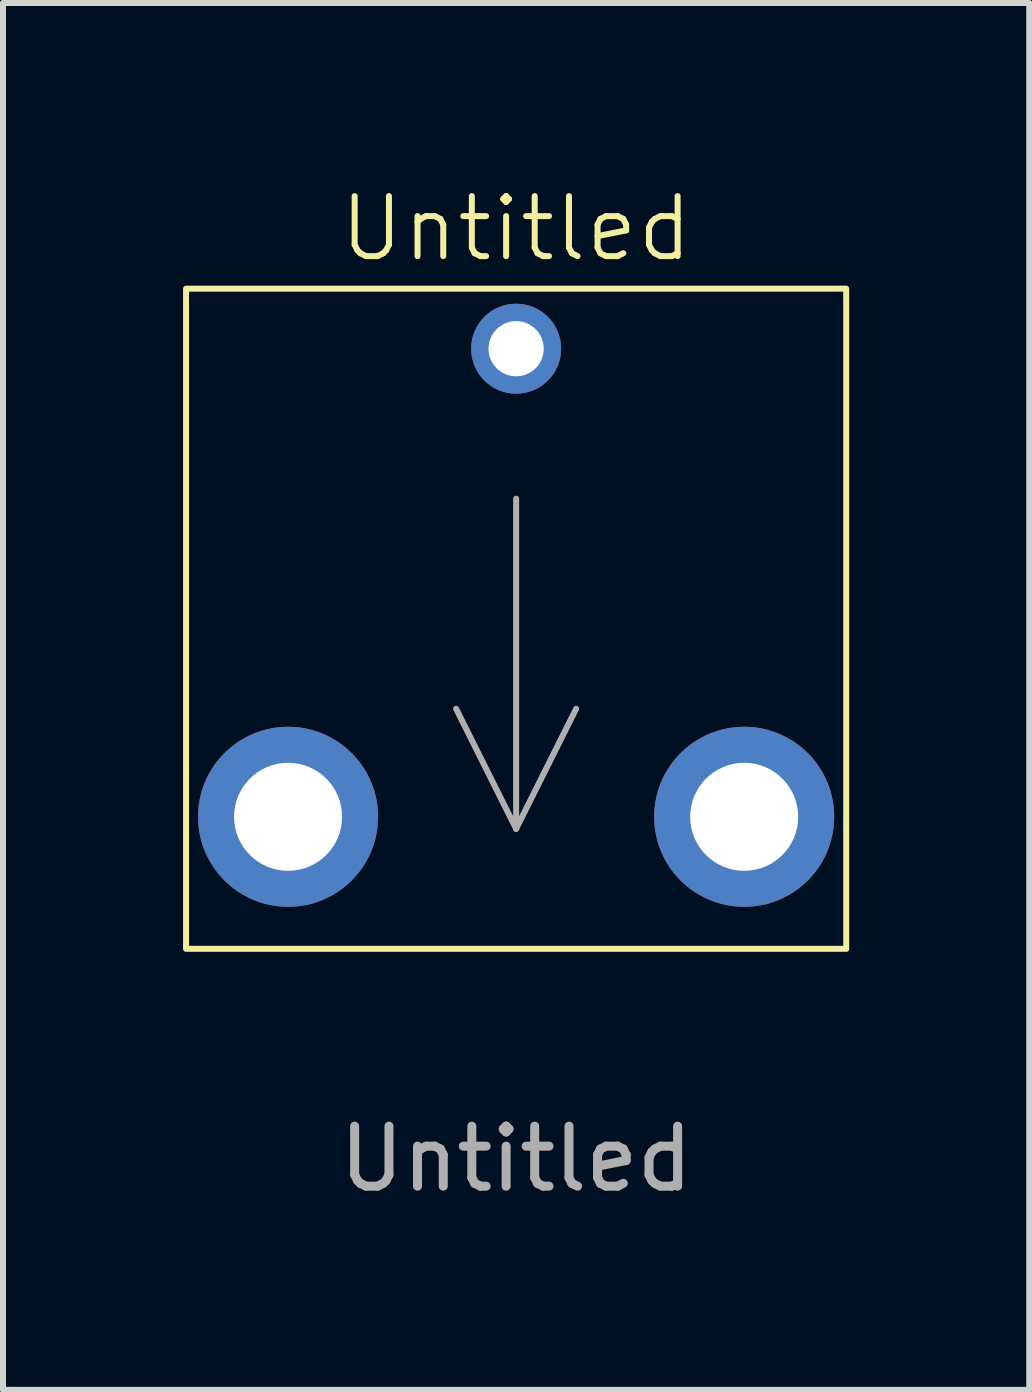
<source format=kicad_pcb>
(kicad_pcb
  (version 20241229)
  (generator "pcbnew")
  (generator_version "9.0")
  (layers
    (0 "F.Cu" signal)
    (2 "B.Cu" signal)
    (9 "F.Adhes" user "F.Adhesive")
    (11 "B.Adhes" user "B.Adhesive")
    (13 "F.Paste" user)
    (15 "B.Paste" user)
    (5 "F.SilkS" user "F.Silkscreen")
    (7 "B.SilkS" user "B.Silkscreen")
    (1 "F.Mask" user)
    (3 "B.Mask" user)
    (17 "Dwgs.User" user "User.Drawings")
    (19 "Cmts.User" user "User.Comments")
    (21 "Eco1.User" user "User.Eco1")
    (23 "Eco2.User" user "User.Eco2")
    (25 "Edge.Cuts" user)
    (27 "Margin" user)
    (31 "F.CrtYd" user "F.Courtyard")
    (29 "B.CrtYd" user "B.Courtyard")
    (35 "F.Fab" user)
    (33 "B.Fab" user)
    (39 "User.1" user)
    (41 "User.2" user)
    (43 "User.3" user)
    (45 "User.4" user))
  (footprint "Untitled"
    (layer "F.Cu")
    (at 5.55 2.76)
    (property "Reference" "Untitled" (at 0 -2 0) (unlocked yes) (layer "F.SilkS") (effects (font (size 1 1) (thickness 0.1))))
    (attr through_hole)
    (fp_rect (start -5.5 -1) (end 5.5 10) (stroke (width 0.1) (type solid)) (fill no) (layer "F.SilkS"))
    (fp_line (start 0 2.5) (end 0 8) (stroke (width 0.1) (type default)) (layer "F.Fab"))
    (fp_line (start 0 8) (end -1 6) (stroke (width 0.1) (type default)) (layer "F.Fab"))
    (fp_line (start 0 8) (end 1 6) (stroke (width 0.1) (type default)) (layer "F.Fab"))
    (fp_text user "${REFERENCE}" (at 0 13.5 0) (unlocked yes) (layer "F.Fab") (effects (font (size 1 1) (thickness 0.15))))
    (pad "1" thru_hole circle (at 0 0) (size 1.5 1.5) (drill 0.92) (layers "*.Cu" "*.Mask"))
    (pad "2" thru_hole circle (at -3.8 7.8) (size 3 3) (drill 1.8) (layers "*.Cu" "*.Mask"))
    (pad "2" thru_hole circle (at 3.8 7.8) (size 3 3) (drill 1.8) (layers "*.Cu" "*.Mask")))
  (gr_rect
    (start -3 -3)
    (end 14.1 20.109)
    (stroke (width 0.1) (type default))
    (fill no)
    (layer "Edge.Cuts")))
</source>
